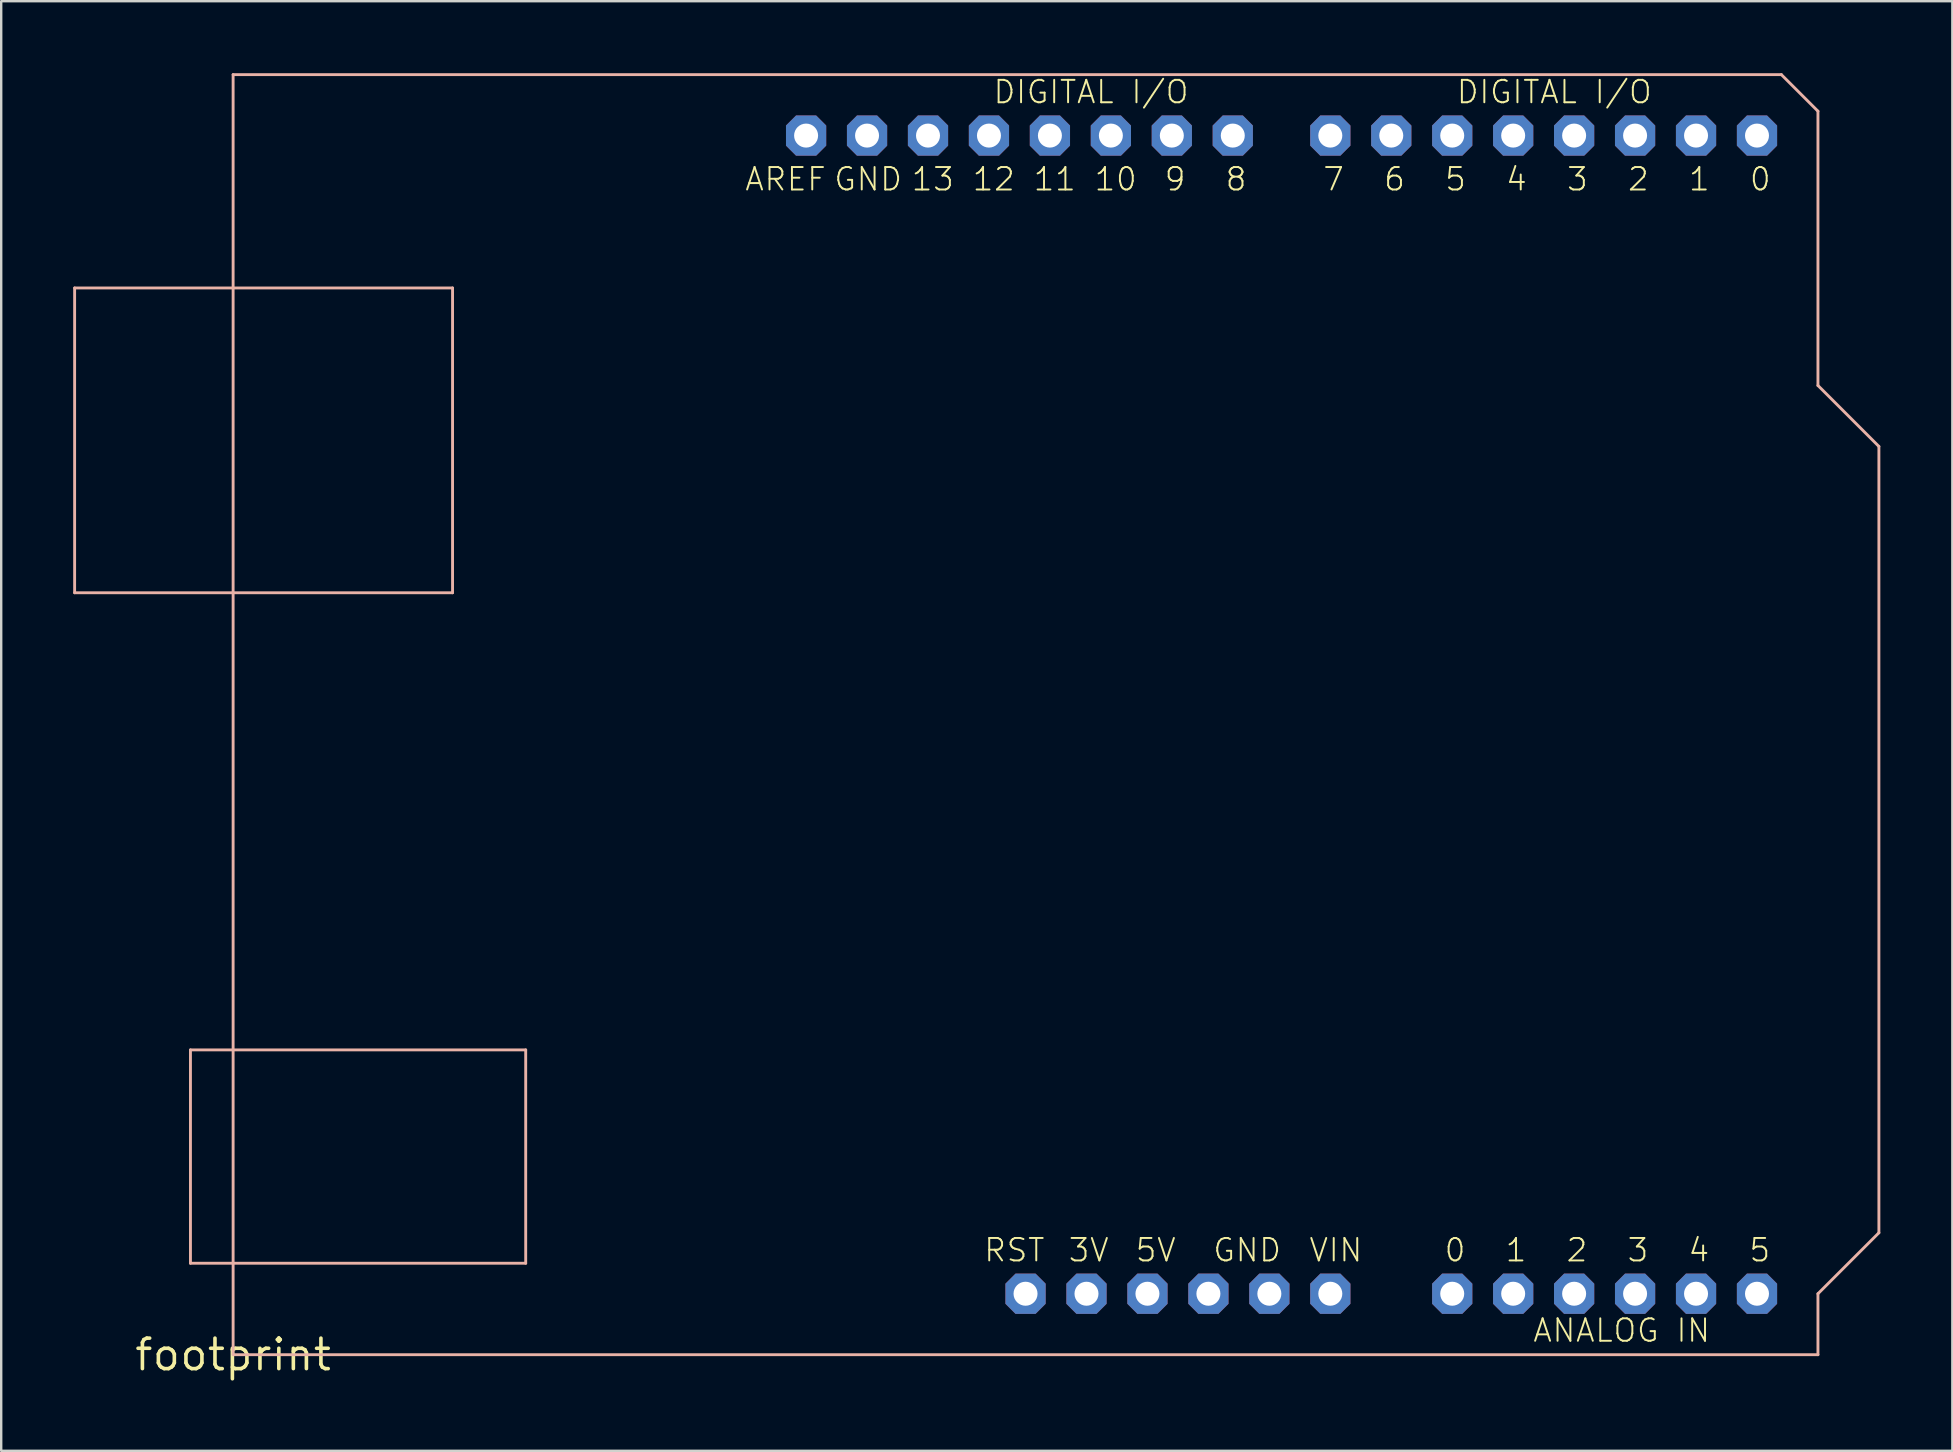
<source format=kicad_pcb>
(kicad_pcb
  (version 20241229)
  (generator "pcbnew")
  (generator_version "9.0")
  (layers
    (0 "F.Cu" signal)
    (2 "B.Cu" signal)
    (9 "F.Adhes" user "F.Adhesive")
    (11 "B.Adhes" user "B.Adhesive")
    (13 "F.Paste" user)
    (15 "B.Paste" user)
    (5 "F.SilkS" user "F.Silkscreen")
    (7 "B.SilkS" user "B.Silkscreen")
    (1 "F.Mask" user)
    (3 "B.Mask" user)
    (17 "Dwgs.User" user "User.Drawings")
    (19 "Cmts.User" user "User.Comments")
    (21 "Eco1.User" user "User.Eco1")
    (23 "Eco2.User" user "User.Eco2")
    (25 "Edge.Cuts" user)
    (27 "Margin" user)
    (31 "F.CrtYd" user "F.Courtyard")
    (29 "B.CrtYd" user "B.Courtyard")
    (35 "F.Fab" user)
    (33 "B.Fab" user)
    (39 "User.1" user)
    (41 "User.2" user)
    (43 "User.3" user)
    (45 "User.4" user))
  (footprint "footprint"
    (layer "F.Cu")
    (at 6.664 53.4)
    (property "Reference" "footprint" (at 0 0 0) (layer "F.SilkS") (effects (font (size 1.27 1.27) (thickness 0.15))))
    (fp_line (start -6.604 -44.45) (end -6.604 -31.75) (stroke (width 0.12) (type solid)) (layer "B.SilkS"))
    (fp_line (start -6.604 -31.75) (end 9.144 -31.75) (stroke (width 0.12) (type solid)) (layer "B.SilkS"))
    (fp_line (start -1.778 -12.7) (end -1.778 -3.81) (stroke (width 0.12) (type solid)) (layer "B.SilkS"))
    (fp_line (start -1.778 -3.81) (end 12.192 -3.81) (stroke (width 0.12) (type solid)) (layer "B.SilkS"))
    (fp_line (start 0 -53.34) (end 0 0) (stroke (width 0.12) (type solid)) (layer "B.SilkS"))
    (fp_line (start 0 0) (end 66.04 0) (stroke (width 0.12) (type solid)) (layer "B.SilkS"))
    (fp_line (start 9.144 -44.45) (end -6.604 -44.45) (stroke (width 0.12) (type solid)) (layer "B.SilkS"))
    (fp_line (start 9.144 -31.75) (end 9.144 -44.45) (stroke (width 0.12) (type solid)) (layer "B.SilkS"))
    (fp_line (start 12.192 -12.7) (end -1.778 -12.7) (stroke (width 0.12) (type solid)) (layer "B.SilkS"))
    (fp_line (start 12.192 -3.81) (end 12.192 -12.7) (stroke (width 0.12) (type solid)) (layer "B.SilkS"))
    (fp_line (start 64.516 -53.34) (end 0 -53.34) (stroke (width 0.12) (type solid)) (layer "B.SilkS"))
    (fp_line (start 66.04 -51.816) (end 64.516 -53.34) (stroke (width 0.12) (type solid)) (layer "B.SilkS"))
    (fp_line (start 66.04 -40.386) (end 66.04 -51.816) (stroke (width 0.12) (type solid)) (layer "B.SilkS"))
    (fp_line (start 66.04 -2.54) (end 68.58 -5.08) (stroke (width 0.12) (type solid)) (layer "B.SilkS"))
    (fp_line (start 66.04 0) (end 66.04 -2.54) (stroke (width 0.12) (type solid)) (layer "B.SilkS"))
    (fp_line (start 68.58 -37.846) (end 66.04 -40.386) (stroke (width 0.12) (type solid)) (layer "B.SilkS"))
    (fp_line (start 68.58 -5.08) (end 68.58 -37.846) (stroke (width 0.12) (type solid)) (layer "B.SilkS"))
    (fp_text user "0" (at 64.135 -49.53 0) (layer "F.SilkS") (effects (font (size 0.935 0.935) (thickness 0.081)) (justify right top)))
    (fp_text user "4" (at 53.975 -49.53 0) (layer "F.SilkS") (effects (font (size 0.935 0.935) (thickness 0.081)) (justify right top)))
    (fp_text user "DIGITAL I/O" (at 50.927 -52.07 0) (layer "F.SilkS") (effects (font (size 0.935 0.935) (thickness 0.081)) (justify left bottom)))
    (fp_text user "8" (at 42.291 -49.53 0) (layer "F.SilkS") (effects (font (size 0.935 0.935) (thickness 0.081)) (justify right top)))
    (fp_text user "3V" (at 34.752 -3.81 0) (layer "F.SilkS") (effects (font (size 0.935 0.935) (thickness 0.081)) (justify left bottom)))
    (fp_text user "0" (at 50.419 -3.81 0) (layer "F.SilkS") (effects (font (size 0.935 0.935) (thickness 0.081)) (justify left bottom)))
    (fp_text user "5" (at 63.119 -3.81 0) (layer "F.SilkS") (effects (font (size 0.935 0.935) (thickness 0.081)) (justify left bottom)))
    (fp_text user "GND" (at 40.777 -3.81 0) (layer "F.SilkS") (effects (font (size 0.935 0.935) (thickness 0.081)) (justify left bottom)))
    (fp_text user "10" (at 37.719 -49.53 0) (layer "F.SilkS") (effects (font (size 0.935 0.935) (thickness 0.081)) (justify right top)))
    (fp_text user "1" (at 52.959 -3.81 0) (layer "F.SilkS") (effects (font (size 0.935 0.935) (thickness 0.081)) (justify left bottom)))
    (fp_text user "9" (at 39.751 -49.53 0) (layer "F.SilkS") (effects (font (size 0.935 0.935) (thickness 0.081)) (justify right top)))
    (fp_text user "2" (at 55.499 -3.81 0) (layer "F.SilkS") (effects (font (size 0.935 0.935) (thickness 0.081)) (justify left bottom)))
    (fp_text user "3" (at 58.039 -3.81 0) (layer "F.SilkS") (effects (font (size 0.935 0.935) (thickness 0.081)) (justify left bottom)))
    (fp_text user "3" (at 56.515 -49.53 0) (layer "F.SilkS") (effects (font (size 0.935 0.935) (thickness 0.081)) (justify right top)))
    (fp_text user "ANALOG IN" (at 54.112 -0.462 0) (layer "F.SilkS") (effects (font (size 0.935 0.935) (thickness 0.081)) (justify left bottom)))
    (fp_text user "7" (at 46.355 -49.53 0) (layer "F.SilkS") (effects (font (size 0.935 0.935) (thickness 0.081)) (justify right top)))
    (fp_text user "GND" (at 27.94 -49.53 0) (layer "F.SilkS") (effects (font (size 0.935 0.935) (thickness 0.081)) (justify right top)))
    (fp_text user "5V" (at 37.546 -3.81 0) (layer "F.SilkS") (effects (font (size 0.935 0.935) (thickness 0.081)) (justify left bottom)))
    (fp_text user "VIN" (at 44.785 -3.81 0) (layer "F.SilkS") (effects (font (size 0.935 0.935) (thickness 0.081)) (justify left bottom)))
    (fp_text user "13" (at 30.099 -49.53 0) (layer "F.SilkS") (effects (font (size 0.935 0.935) (thickness 0.081)) (justify right top)))
    (fp_text user "5" (at 51.435 -49.53 0) (layer "F.SilkS") (effects (font (size 0.935 0.935) (thickness 0.081)) (justify right top)))
    (fp_text user "1" (at 61.595 -49.53 0) (layer "F.SilkS") (effects (font (size 0.935 0.935) (thickness 0.081)) (justify right top)))
    (fp_text user "DIGITAL I/O" (at 31.623 -52.07 0) (layer "F.SilkS") (effects (font (size 0.935 0.935) (thickness 0.081)) (justify left bottom)))
    (fp_text user "2" (at 59.055 -49.53 0) (layer "F.SilkS") (effects (font (size 0.935 0.935) (thickness 0.081)) (justify right top)))
    (fp_text user "11" (at 35.179 -49.53 0) (layer "F.SilkS") (effects (font (size 0.935 0.935) (thickness 0.081)) (justify right top)))
    (fp_text user "RST" (at 31.232 -3.81 0) (layer "F.SilkS") (effects (font (size 0.935 0.935) (thickness 0.081)) (justify left bottom)))
    (fp_text user "AREF" (at 24.765 -49.53 0) (layer "F.SilkS") (effects (font (size 0.935 0.935) (thickness 0.081)) (justify right top)))
    (fp_text user "6" (at 48.895 -49.53 0) (layer "F.SilkS") (effects (font (size 0.935 0.935) (thickness 0.081)) (justify right top)))
    (fp_text user "12" (at 32.639 -49.53 0) (layer "F.SilkS") (effects (font (size 0.935 0.935) (thickness 0.081)) (justify right top)))
    (fp_text user "4" (at 60.579 -3.81 0) (layer "F.SilkS") (effects (font (size 0.935 0.935) (thickness 0.081)) (justify left bottom)))
    (pad "3V" thru_hole roundrect (at 35.56 -2.54) (size 1.676 1.676) (drill 1) (layers "*.Cu" "*.Mask") (roundrect_rratio 0.25) (chamfer_ratio 0.25) (chamfer top_left top_right bottom_left bottom_right))
    (pad "5V" thru_hole roundrect (at 38.1 -2.54) (size 1.676 1.676) (drill 1) (layers "*.Cu" "*.Mask") (roundrect_rratio 0.25) (chamfer_ratio 0.25) (chamfer top_left top_right bottom_left bottom_right))
    (pad "A0" thru_hole roundrect (at 50.8 -2.54) (size 1.676 1.676) (drill 1) (layers "*.Cu" "*.Mask") (roundrect_rratio 0.25) (chamfer_ratio 0.25) (chamfer top_left top_right bottom_left bottom_right))
    (pad "A1" thru_hole roundrect (at 53.34 -2.54) (size 1.676 1.676) (drill 1) (layers "*.Cu" "*.Mask") (roundrect_rratio 0.25) (chamfer_ratio 0.25) (chamfer top_left top_right bottom_left bottom_right))
    (pad "A2" thru_hole roundrect (at 55.88 -2.54) (size 1.676 1.676) (drill 1) (layers "*.Cu" "*.Mask") (roundrect_rratio 0.25) (chamfer_ratio 0.25) (chamfer top_left top_right bottom_left bottom_right))
    (pad "A3" thru_hole roundrect (at 58.42 -2.54) (size 1.676 1.676) (drill 1) (layers "*.Cu" "*.Mask") (roundrect_rratio 0.25) (chamfer_ratio 0.25) (chamfer top_left top_right bottom_left bottom_right))
    (pad "A4" thru_hole roundrect (at 60.96 -2.54) (size 1.676 1.676) (drill 1) (layers "*.Cu" "*.Mask") (roundrect_rratio 0.25) (chamfer_ratio 0.25) (chamfer top_left top_right bottom_left bottom_right))
    (pad "A5" thru_hole roundrect (at 63.5 -2.54) (size 1.676 1.676) (drill 1) (layers "*.Cu" "*.Mask") (roundrect_rratio 0.25) (chamfer_ratio 0.25) (chamfer top_left top_right bottom_left bottom_right))
    (pad "AREF" thru_hole roundrect (at 23.876 -50.8) (size 1.676 1.676) (drill 1) (layers "*.Cu" "*.Mask") (roundrect_rratio 0.25) (chamfer_ratio 0.25) (chamfer top_left top_right bottom_left bottom_right))
    (pad "D0" thru_hole roundrect (at 63.5 -50.8) (size 1.676 1.676) (drill 1) (layers "*.Cu" "*.Mask") (roundrect_rratio 0.25) (chamfer_ratio 0.25) (chamfer top_left top_right bottom_left bottom_right))
    (pad "D1" thru_hole roundrect (at 60.96 -50.8) (size 1.676 1.676) (drill 1) (layers "*.Cu" "*.Mask") (roundrect_rratio 0.25) (chamfer_ratio 0.25) (chamfer top_left top_right bottom_left bottom_right))
    (pad "D2" thru_hole roundrect (at 58.42 -50.8) (size 1.676 1.676) (drill 1) (layers "*.Cu" "*.Mask") (roundrect_rratio 0.25) (chamfer_ratio 0.25) (chamfer top_left top_right bottom_left bottom_right))
    (pad "D3" thru_hole roundrect (at 55.88 -50.8) (size 1.676 1.676) (drill 1) (layers "*.Cu" "*.Mask") (roundrect_rratio 0.25) (chamfer_ratio 0.25) (chamfer top_left top_right bottom_left bottom_right))
    (pad "D4" thru_hole roundrect (at 53.34 -50.8) (size 1.676 1.676) (drill 1) (layers "*.Cu" "*.Mask") (roundrect_rratio 0.25) (chamfer_ratio 0.25) (chamfer top_left top_right bottom_left bottom_right))
    (pad "D5" thru_hole roundrect (at 50.8 -50.8) (size 1.676 1.676) (drill 1) (layers "*.Cu" "*.Mask") (roundrect_rratio 0.25) (chamfer_ratio 0.25) (chamfer top_left top_right bottom_left bottom_right))
    (pad "D6" thru_hole roundrect (at 48.26 -50.8) (size 1.676 1.676) (drill 1) (layers "*.Cu" "*.Mask") (roundrect_rratio 0.25) (chamfer_ratio 0.25) (chamfer top_left top_right bottom_left bottom_right))
    (pad "D7" thru_hole roundrect (at 45.72 -50.8) (size 1.676 1.676) (drill 1) (layers "*.Cu" "*.Mask") (roundrect_rratio 0.25) (chamfer_ratio 0.25) (chamfer top_left top_right bottom_left bottom_right))
    (pad "D8" thru_hole roundrect (at 41.656 -50.8) (size 1.676 1.676) (drill 1) (layers "*.Cu" "*.Mask") (roundrect_rratio 0.25) (chamfer_ratio 0.25) (chamfer top_left top_right bottom_left bottom_right))
    (pad "D9" thru_hole roundrect (at 39.116 -50.8) (size 1.676 1.676) (drill 1) (layers "*.Cu" "*.Mask") (roundrect_rratio 0.25) (chamfer_ratio 0.25) (chamfer top_left top_right bottom_left bottom_right))
    (pad "D10" thru_hole roundrect (at 36.576 -50.8) (size 1.676 1.676) (drill 1) (layers "*.Cu" "*.Mask") (roundrect_rratio 0.25) (chamfer_ratio 0.25) (chamfer top_left top_right bottom_left bottom_right))
    (pad "D11" thru_hole roundrect (at 34.036 -50.8) (size 1.676 1.676) (drill 1) (layers "*.Cu" "*.Mask") (roundrect_rratio 0.25) (chamfer_ratio 0.25) (chamfer top_left top_right bottom_left bottom_right))
    (pad "D12" thru_hole roundrect (at 31.496 -50.8) (size 1.676 1.676) (drill 1) (layers "*.Cu" "*.Mask") (roundrect_rratio 0.25) (chamfer_ratio 0.25) (chamfer top_left top_right bottom_left bottom_right))
    (pad "D13" thru_hole roundrect (at 28.956 -50.8) (size 1.676 1.676) (drill 1) (layers "*.Cu" "*.Mask") (roundrect_rratio 0.25) (chamfer_ratio 0.25) (chamfer top_left top_right bottom_left bottom_right))
    (pad "GND" thru_hole roundrect (at 26.416 -50.8) (size 1.676 1.676) (drill 1) (layers "*.Cu" "*.Mask") (roundrect_rratio 0.25) (chamfer_ratio 0.25) (chamfer top_left top_right bottom_left bottom_right))
    (pad "GND1" thru_hole roundrect (at 43.18 -2.54) (size 1.676 1.676) (drill 1) (layers "*.Cu" "*.Mask") (roundrect_rratio 0.25) (chamfer_ratio 0.25) (chamfer top_left top_right bottom_left bottom_right))
    (pad "GND2" thru_hole roundrect (at 40.64 -2.54) (size 1.676 1.676) (drill 1) (layers "*.Cu" "*.Mask") (roundrect_rratio 0.25) (chamfer_ratio 0.25) (chamfer top_left top_right bottom_left bottom_right))
    (pad "RESET" thru_hole roundrect (at 33.02 -2.54) (size 1.676 1.676) (drill 1) (layers "*.Cu" "*.Mask") (roundrect_rratio 0.25) (chamfer_ratio 0.25) (chamfer top_left top_right bottom_left bottom_right))
    (pad "VIN" thru_hole roundrect (at 45.72 -2.54) (size 1.676 1.676) (drill 1) (layers "*.Cu" "*.Mask") (roundrect_rratio 0.25) (chamfer_ratio 0.25) (chamfer top_left top_right bottom_left bottom_right)))
  (gr_rect
    (start -3 -3)
    (end 78.304 57.406)
    (stroke (width 0.1) (type default))
    (fill no)
    (layer "Edge.Cuts")))
</source>
